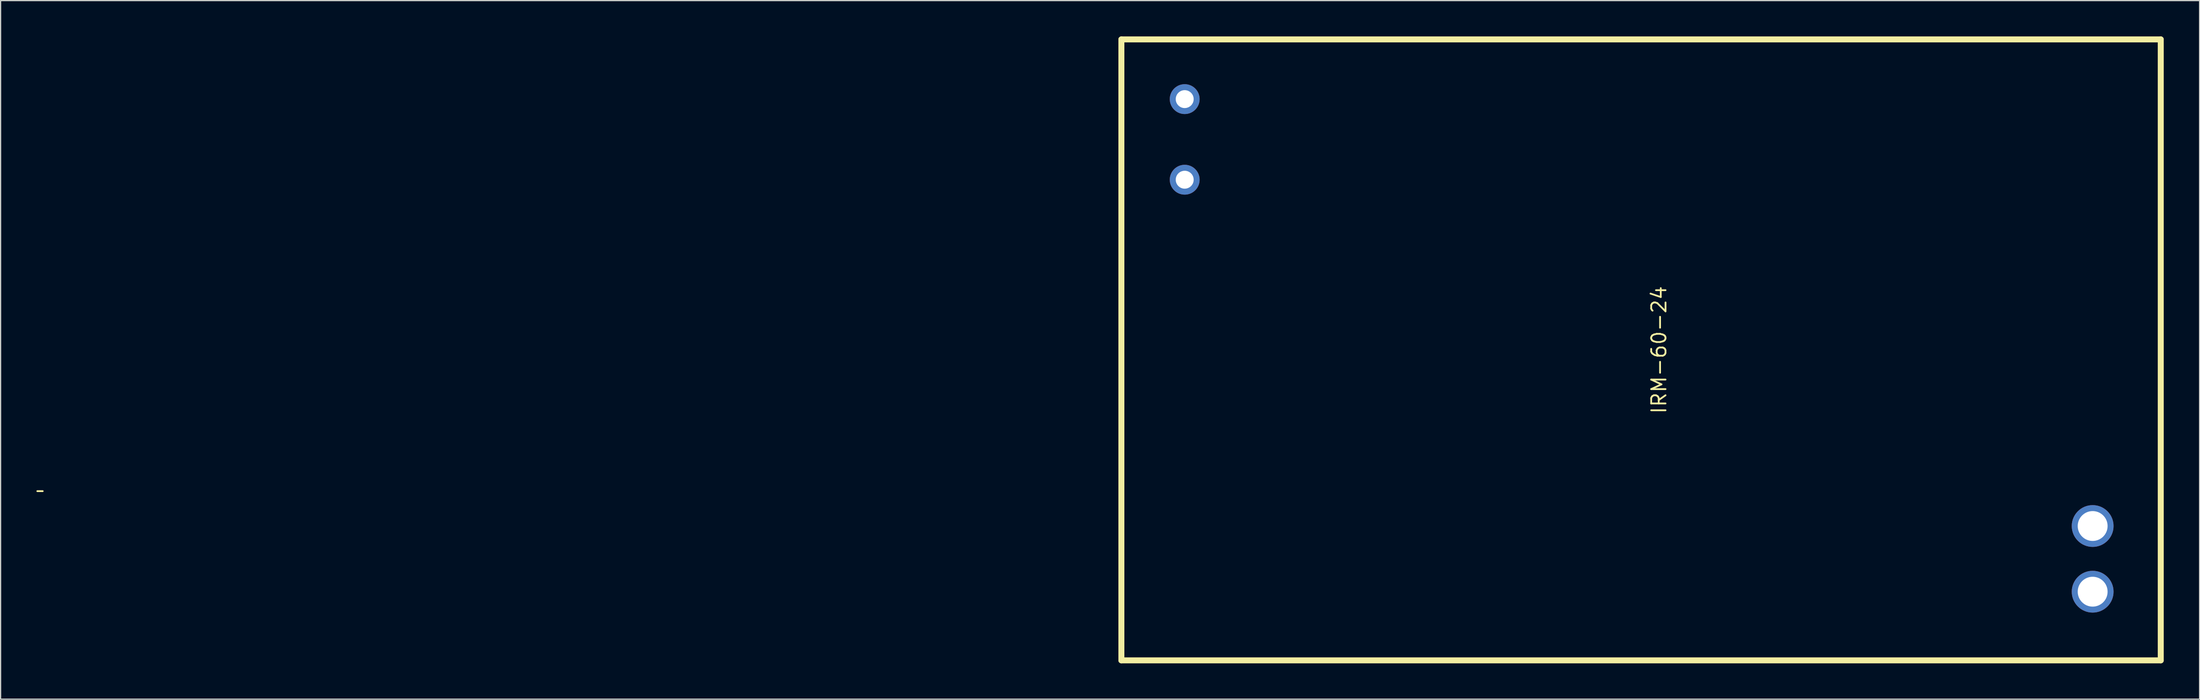
<source format=kicad_pcb>
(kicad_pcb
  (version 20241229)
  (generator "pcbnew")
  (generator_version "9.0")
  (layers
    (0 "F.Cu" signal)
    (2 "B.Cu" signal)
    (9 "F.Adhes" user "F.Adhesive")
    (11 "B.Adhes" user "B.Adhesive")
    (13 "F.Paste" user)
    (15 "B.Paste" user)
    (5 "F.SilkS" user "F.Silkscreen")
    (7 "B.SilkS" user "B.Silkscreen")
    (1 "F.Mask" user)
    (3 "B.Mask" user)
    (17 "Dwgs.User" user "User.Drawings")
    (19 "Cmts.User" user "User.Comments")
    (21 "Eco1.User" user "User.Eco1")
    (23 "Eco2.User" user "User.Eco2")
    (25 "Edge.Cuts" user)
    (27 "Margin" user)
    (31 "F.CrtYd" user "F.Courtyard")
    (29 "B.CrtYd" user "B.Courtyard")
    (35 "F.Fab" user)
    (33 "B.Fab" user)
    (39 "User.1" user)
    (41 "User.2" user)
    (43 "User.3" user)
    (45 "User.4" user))
  (footprint "IRM-60-24"
    (layer "F.Cu")
    (at 177.815 0.25)
    (property "Reference" "IRM-60-24" (at -42 26 90) (layer "F.SilkS") (effects (font (size 1.2 1.2) (thickness 0.15))))
    (attr through_hole)
    (fp_line (start -177.74 37.83) (end -177.29 37.83) (stroke (width 0.15) (type solid)) (layer "F.SilkS"))
    (fp_line (start -87 0) (end 0 0) (stroke (width 0.5) (type solid)) (layer "F.SilkS"))
    (fp_line (start -87 52) (end -87 0) (stroke (width 0.5) (type solid)) (layer "F.SilkS"))
    (fp_line (start 0 0) (end 0 52) (stroke (width 0.5) (type solid)) (layer "F.SilkS"))
    (fp_line (start 0 52) (end -87 52) (stroke (width 0.5) (type solid)) (layer "F.SilkS"))
    (pad "1" thru_hole circle (at -81.7 5) (size 2.5 2.5) (drill 1.5) (layers "*.Cu" "*.Mask"))
    (pad "2" thru_hole circle (at -81.7 11.75) (size 2.5 2.5) (drill 1.5) (layers "*.Cu" "*.Mask"))
    (pad "3" thru_hole circle (at -5.7 46.25) (size 3.5 3.5) (drill 2.5) (layers "*.Cu" "*.Mask"))
    (pad "4" thru_hole circle (at -5.7 40.75) (size 3.5 3.5) (drill 2.5) (layers "*.Cu" "*.Mask")))
  (gr_rect
    (start -3 -3)
    (end 181.065 55.5)
    (stroke (width 0.1) (type default))
    (fill no)
    (layer "Edge.Cuts")))
</source>
